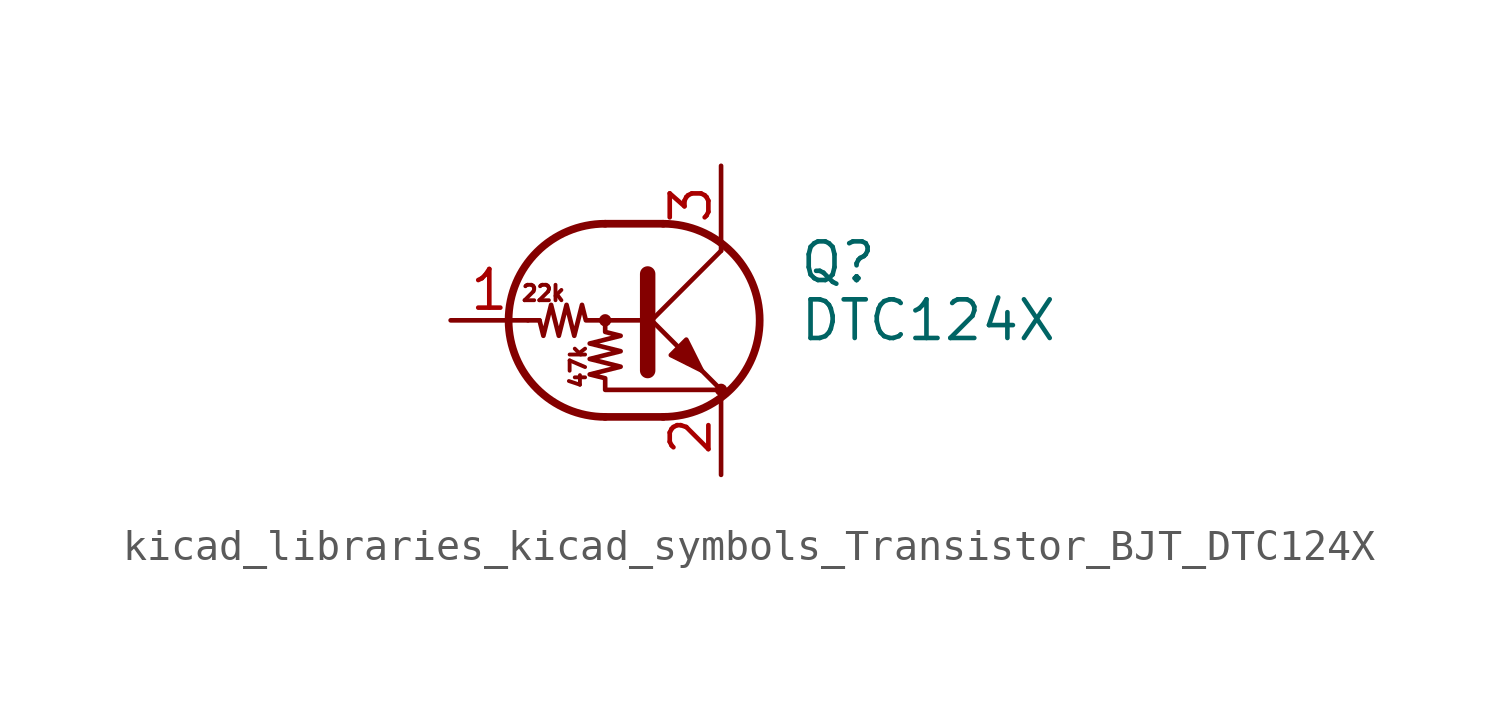
<source format=kicad_sym>
(kicad_symbol_lib
  (version 20220914)
  (generator kicad_symbol_editor)
  (symbol "kicad_libraries_kicad_symbols_Transistor_BJT_DTC124X"
    (pin_names
      (offset 0) hide)
    (property "Reference" "Q"
      (at 5.08 1.905 0)
      (effects (font (size 1.27 1.27)) (justify left)))
    (property "Value" "DTC124X"
      (at 5.08 0 0)
      (effects (font (size 1.27 1.27)) (justify left)))
    (symbol "kicad_libraries_kicad_symbols_Transistor_BJT_DTC124X_0_0"
      (text "22k" (at -3.302 0.889 0) (effects (font (size 0.508 0.508))))
      (text "47k" (at -2.159 -1.524 900) (effects (font (size 0.508 0.508)))))
    (symbol "kicad_libraries_kicad_symbols_Transistor_BJT_DTC124X_0_1"
      (circle (center -1.27 0) (radius 0.127) (stroke (width 0) (type default)) (fill (type none)))
      (arc (start -1.27 3.175) (mid -4.4312 0) (end -1.27 -3.175) (stroke (width 0.254) (type default)) (fill (type none)))
      (polyline (pts (xy -3.429 0) (xy -3.81 0)) (stroke (width 0) (type default)) (fill (type none)))
      (polyline (pts (xy -1.27 -3.175) (xy 0.635 -3.175)) (stroke (width 0.254) (type default)) (fill (type none)))
      (polyline (pts (xy -1.27 3.175) (xy 0.635 3.175)) (stroke (width 0.254) (type default)) (fill (type none)))
      (polyline (pts (xy 0 -0.254) (xy 2.54 2.286)) (stroke (width 0) (type default)) (fill (type none)))
      (polyline (pts (xy 0.127 1.524) (xy 0.127 -1.651)) (stroke (width 0.508) (type default)) (fill (type outline)))
      (polyline (pts (xy 2.54 2.286) (xy 2.54 2.54)) (stroke (width 0) (type default)) (fill (type none)))
      (polyline (pts (xy 2.54 -2.286) (xy 0 0.254) (xy 0 0.254)) (stroke (width 0) (type default)) (fill (type none)))
      (polyline (pts (xy 0.889 -1.143) (xy 1.397 -0.635) (xy 1.905 -1.651) (xy 0.889 -1.143)) (stroke (width 0) (type default)) (fill (type outline)))
      (polyline (pts (xy 0 0) (xy -1.905 0) (xy -2.032 0.508) (xy -2.286 -0.508) (xy -2.54 0.508) (xy -2.794 -0.508) (xy -3.048 0.508) (xy -3.302 -0.508) (xy -3.429 0)) (stroke (width 0) (type default)) (fill (type none)))
      (polyline (pts (xy -1.27 0) (xy -1.27 -0.381) (xy -0.762 -0.508) (xy -1.778 -0.762) (xy -0.762 -1.016) (xy -1.778 -1.27) (xy -0.762 -1.524) (xy -1.778 -1.778) (xy -1.27 -1.905) (xy -1.27 -2.286) (xy 2.54 -2.286)) (stroke (width 0) (type default)) (fill (type none)))
      (arc (start 0.635 -3.175) (mid 3.7962 0) (end 0.635 3.175) (stroke (width 0.254) (type default)) (fill (type none)))
      (circle (center 2.54 -2.286) (radius 0.127) (stroke (width 0) (type default)) (fill (type none))))
    (symbol "kicad_libraries_kicad_symbols_Transistor_BJT_DTC124X_1_1"
      (pin input line (at -6.35 0 0) (length 2.54) (name "B" (effects (font (size 1.27 1.27)))) (number "1" (effects (font (size 1.27 1.27)))))
      (pin passive line (at 2.54 -5.08 90) (length 2.54) (name "E" (effects (font (size 1.27 1.27)))) (number "2" (effects (font (size 1.27 1.27)))))
      (pin passive line (at 2.54 5.08 270) (length 2.54) (name "C" (effects (font (size 1.27 1.27)))) (number "3" (effects (font (size 1.27 1.27))))))))
</source>
